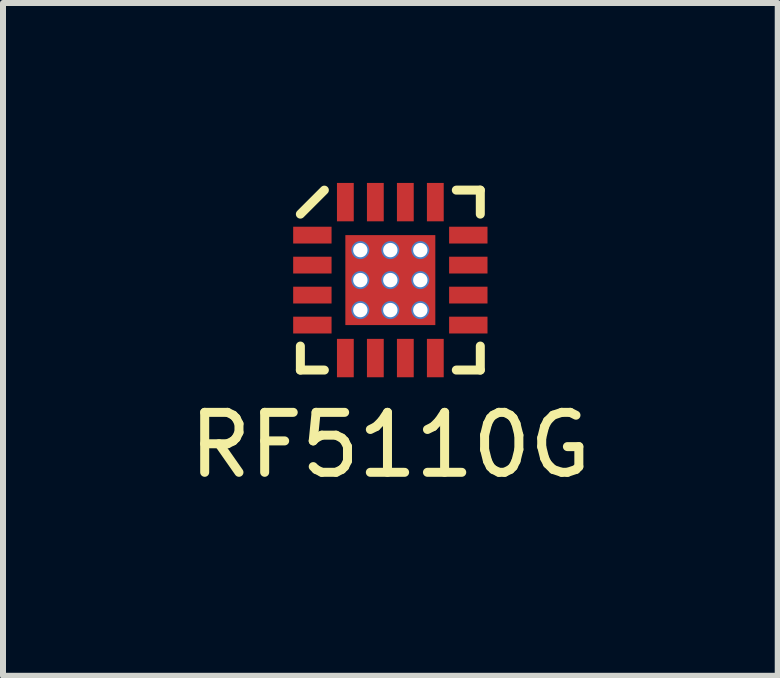
<source format=kicad_pcb>
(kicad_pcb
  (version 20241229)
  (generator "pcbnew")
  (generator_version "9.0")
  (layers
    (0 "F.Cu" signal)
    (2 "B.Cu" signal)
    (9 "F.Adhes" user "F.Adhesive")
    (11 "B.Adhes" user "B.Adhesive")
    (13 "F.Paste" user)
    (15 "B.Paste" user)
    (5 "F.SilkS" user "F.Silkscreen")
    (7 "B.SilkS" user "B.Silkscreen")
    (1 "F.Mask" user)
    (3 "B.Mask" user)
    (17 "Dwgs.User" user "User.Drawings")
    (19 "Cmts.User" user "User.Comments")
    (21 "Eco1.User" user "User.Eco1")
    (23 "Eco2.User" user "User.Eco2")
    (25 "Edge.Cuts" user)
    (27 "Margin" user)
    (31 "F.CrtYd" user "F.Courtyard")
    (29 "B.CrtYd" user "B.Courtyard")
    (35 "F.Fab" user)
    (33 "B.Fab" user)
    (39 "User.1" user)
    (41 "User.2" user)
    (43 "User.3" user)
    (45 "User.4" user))
  (footprint "RF5110G"
    (layer "F.Cu")
    (at 3.458 1.62)
    (property "Reference" "RF5110G" (at 0 2.75 0) (layer "F.SilkS") (effects (font (size 1 1) (thickness 0.15))))
    (attr through_hole)
    (fp_line (start -1.5 -1.1) (end -1.1 -1.5) (stroke (width 0.15) (type solid)) (layer "F.SilkS"))
    (fp_line (start -1.5 1.5) (end -1.5 1.1) (stroke (width 0.15) (type solid)) (layer "F.SilkS"))
    (fp_line (start -1.1 1.5) (end -1.5 1.5) (stroke (width 0.15) (type solid)) (layer "F.SilkS"))
    (fp_line (start 1.1 -1.5) (end 1.5 -1.5) (stroke (width 0.15) (type solid)) (layer "F.SilkS"))
    (fp_line (start 1.5 -1.5) (end 1.5 -1.1) (stroke (width 0.15) (type solid)) (layer "F.SilkS"))
    (fp_line (start 1.5 1.1) (end 1.5 1.5) (stroke (width 0.15) (type solid)) (layer "F.SilkS"))
    (fp_line (start 1.5 1.5) (end 1.1 1.5) (stroke (width 0.15) (type solid)) (layer "F.SilkS"))
    (pad "1" smd rect (at -1.3 -0.75) (size 0.64 0.28) (layers "F.Cu" "F.Mask" "F.Paste"))
    (pad "2" smd rect (at -1.3 -0.25) (size 0.64 0.28) (layers "F.Cu" "F.Mask" "F.Paste"))
    (pad "3" smd rect (at -1.3 0.25) (size 0.64 0.28) (layers "F.Cu" "F.Mask" "F.Paste"))
    (pad "4" smd rect (at -1.3 0.75) (size 0.64 0.28) (layers "F.Cu" "F.Mask" "F.Paste"))
    (pad "5" smd rect (at -0.75 1.3 90) (size 0.64 0.28) (layers "F.Cu" "F.Mask" "F.Paste"))
    (pad "6" smd rect (at -0.25 1.3 90) (size 0.64 0.28) (layers "F.Cu" "F.Mask" "F.Paste"))
    (pad "7" smd rect (at 0.25 1.3 90) (size 0.64 0.28) (layers "F.Cu" "F.Mask" "F.Paste"))
    (pad "8" smd rect (at 0.75 1.3 90) (size 0.64 0.28) (layers "F.Cu" "F.Mask" "F.Paste"))
    (pad "9" smd rect (at 1.3 0.75) (size 0.64 0.28) (layers "F.Cu" "F.Mask" "F.Paste"))
    (pad "10" smd rect (at 1.3 0.25) (size 0.64 0.28) (layers "F.Cu" "F.Mask" "F.Paste"))
    (pad "11" smd rect (at 1.3 -0.25) (size 0.64 0.28) (layers "F.Cu" "F.Mask" "F.Paste"))
    (pad "12" smd rect (at 1.3 -0.75) (size 0.64 0.28) (layers "F.Cu" "F.Mask" "F.Paste"))
    (pad "13" smd rect (at 0.75 -1.3 90) (size 0.64 0.28) (layers "F.Cu" "F.Mask" "F.Paste"))
    (pad "14" smd rect (at 0.25 -1.3 90) (size 0.64 0.28) (layers "F.Cu" "F.Mask" "F.Paste"))
    (pad "15" smd rect (at -0.25 -1.3 90) (size 0.64 0.28) (layers "F.Cu" "F.Mask" "F.Paste"))
    (pad "16" smd rect (at -0.75 -1.3 90) (size 0.64 0.28) (layers "F.Cu" "F.Mask" "F.Paste"))
    (pad "17" thru_hole circle (at -0.5 -0.5) (size 0.3 0.3) (drill 0.24) (layers "*.Cu"))
    (pad "17" thru_hole circle (at -0.5 0) (size 0.3 0.3) (drill 0.24) (layers "*.Cu"))
    (pad "17" thru_hole circle (at -0.5 0.5) (size 0.3 0.3) (drill 0.24) (layers "*.Cu"))
    (pad "17" thru_hole circle (at 0 -0.5) (size 0.3 0.3) (drill 0.24) (layers "*.Cu"))
    (pad "17" thru_hole circle (at 0 0) (size 0.3 0.3) (drill 0.24) (layers "*.Cu"))
    (pad "17" smd rect (at 0 0) (size 1.5 1.5) (layers "F.Cu" "F.Mask" "F.Paste"))
    (pad "17" thru_hole circle (at 0 0.5) (size 0.3 0.3) (drill 0.24) (layers "*.Cu"))
    (pad "17" thru_hole circle (at 0.5 -0.5) (size 0.3 0.3) (drill 0.24) (layers "*.Cu"))
    (pad "17" thru_hole circle (at 0.5 0) (size 0.3 0.3) (drill 0.24) (layers "*.Cu"))
    (pad "17" thru_hole circle (at 0.5 0.5) (size 0.3 0.3) (drill 0.24) (layers "*.Cu")))
  (gr_rect
    (start -3 -3)
    (end 9.917 8.218)
    (stroke (width 0.1) (type default))
    (fill no)
    (layer "Edge.Cuts")))
</source>
